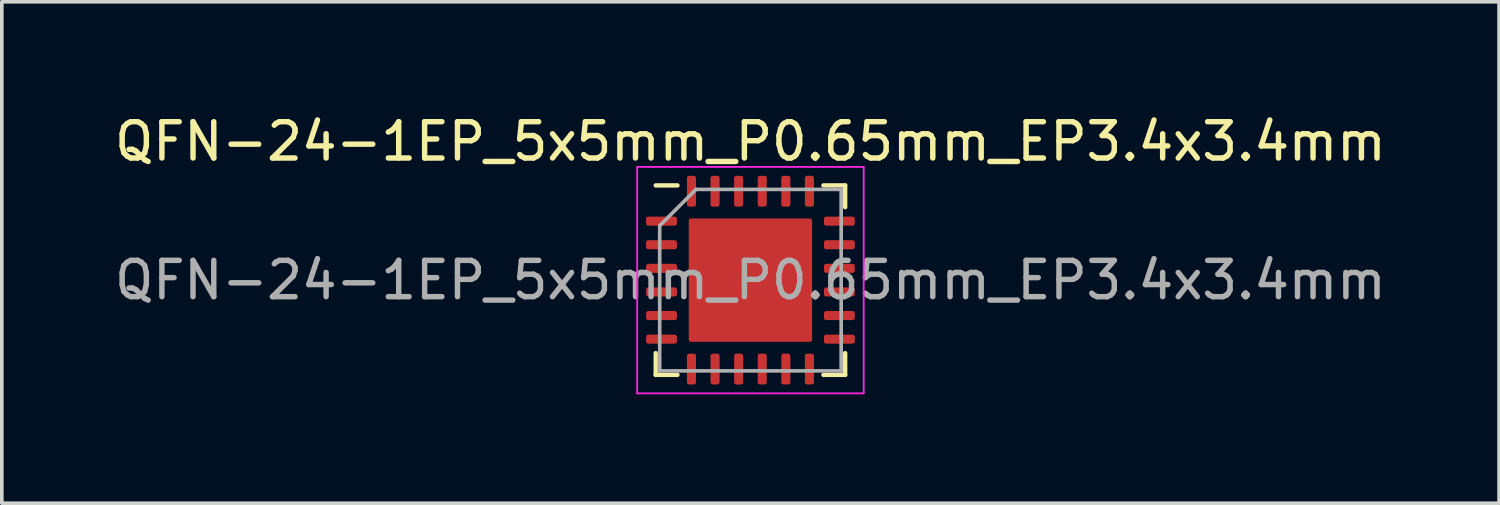
<source format=kicad_pcb>
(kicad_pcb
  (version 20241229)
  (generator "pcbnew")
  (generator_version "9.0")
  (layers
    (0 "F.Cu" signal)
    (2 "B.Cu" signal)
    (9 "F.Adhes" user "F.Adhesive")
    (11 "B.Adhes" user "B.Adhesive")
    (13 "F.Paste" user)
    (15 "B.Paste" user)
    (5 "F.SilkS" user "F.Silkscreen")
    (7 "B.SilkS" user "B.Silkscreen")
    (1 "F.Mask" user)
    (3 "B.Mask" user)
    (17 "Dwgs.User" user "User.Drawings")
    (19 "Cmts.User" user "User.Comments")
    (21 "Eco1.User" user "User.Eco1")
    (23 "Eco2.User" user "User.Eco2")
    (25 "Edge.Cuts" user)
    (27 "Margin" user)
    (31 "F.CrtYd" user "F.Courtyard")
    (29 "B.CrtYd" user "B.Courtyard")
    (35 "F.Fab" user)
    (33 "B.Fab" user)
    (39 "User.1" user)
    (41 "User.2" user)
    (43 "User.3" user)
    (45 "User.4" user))
  (footprint "QFN-24-1EP_5x5mm_P0.65mm_EP3.4x3.4mm"
    (layer "F.Cu")
    (at 17.625 4.668)
    (property "Reference" "QFN-24-1EP_5x5mm_P0.65mm_EP3.4x3.4mm" (at 0 -3.82 0) (layer "F.SilkS") (effects (font (size 1 1) (thickness 0.15))))
    (attr smd)
    (fp_line (start -2.61 2.61) (end -2.61 2.01) (stroke (width 0.12) (type solid)) (layer "F.SilkS"))
    (fp_line (start -2.01 -2.61) (end -2.61 -2.61) (stroke (width 0.12) (type solid)) (layer "F.SilkS"))
    (fp_line (start -2.01 2.61) (end -2.61 2.61) (stroke (width 0.12) (type solid)) (layer "F.SilkS"))
    (fp_line (start 2.01 -2.61) (end 2.61 -2.61) (stroke (width 0.12) (type solid)) (layer "F.SilkS"))
    (fp_line (start 2.01 2.61) (end 2.61 2.61) (stroke (width 0.12) (type solid)) (layer "F.SilkS"))
    (fp_line (start 2.61 -2.61) (end 2.61 -2.01) (stroke (width 0.12) (type solid)) (layer "F.SilkS"))
    (fp_line (start 2.61 2.61) (end 2.61 2.01) (stroke (width 0.12) (type solid)) (layer "F.SilkS"))
    (fp_line (start -3.12 -3.12) (end -3.12 3.12) (stroke (width 0.05) (type solid)) (layer "F.CrtYd"))
    (fp_line (start -3.12 3.12) (end 3.12 3.12) (stroke (width 0.05) (type solid)) (layer "F.CrtYd"))
    (fp_line (start 3.12 -3.12) (end -3.12 -3.12) (stroke (width 0.05) (type solid)) (layer "F.CrtYd"))
    (fp_line (start 3.12 3.12) (end 3.12 -3.12) (stroke (width 0.05) (type solid)) (layer "F.CrtYd"))
    (fp_line (start -2.5 -1.5) (end -1.5 -2.5) (stroke (width 0.1) (type solid)) (layer "F.Fab"))
    (fp_line (start -2.5 2.5) (end -2.5 -1.5) (stroke (width 0.1) (type solid)) (layer "F.Fab"))
    (fp_line (start -1.5 -2.5) (end 2.5 -2.5) (stroke (width 0.1) (type solid)) (layer "F.Fab"))
    (fp_line (start 2.5 -2.5) (end 2.5 2.5) (stroke (width 0.1) (type solid)) (layer "F.Fab"))
    (fp_line (start 2.5 2.5) (end -2.5 2.5) (stroke (width 0.1) (type solid)) (layer "F.Fab"))
    (fp_text user "${REFERENCE}" (at 0 0 0) (layer "F.Fab") (effects (font (size 1 1) (thickness 0.15))))
    (pad "" smd roundrect (at -0.85 -0.85) (size 1.37 1.37) (layers "F.Paste") (roundrect_rratio 0.182))
    (pad "" smd roundrect (at -0.85 0.85) (size 1.37 1.37) (layers "F.Paste") (roundrect_rratio 0.182))
    (pad "" smd roundrect (at 0.85 -0.85) (size 1.37 1.37) (layers "F.Paste") (roundrect_rratio 0.182))
    (pad "" smd roundrect (at 0.85 0.85) (size 1.37 1.37) (layers "F.Paste") (roundrect_rratio 0.182))
    (pad "1" smd roundrect (at -2.45 -1.625) (size 0.85 0.25) (layers "F.Cu" "F.Mask" "F.Paste") (roundrect_rratio 0.25))
    (pad "2" smd roundrect (at -2.45 -0.975) (size 0.85 0.25) (layers "F.Cu" "F.Mask" "F.Paste") (roundrect_rratio 0.25))
    (pad "3" smd roundrect (at -2.45 -0.325) (size 0.85 0.25) (layers "F.Cu" "F.Mask" "F.Paste") (roundrect_rratio 0.25))
    (pad "4" smd roundrect (at -2.45 0.325) (size 0.85 0.25) (layers "F.Cu" "F.Mask" "F.Paste") (roundrect_rratio 0.25))
    (pad "5" smd roundrect (at -2.45 0.975) (size 0.85 0.25) (layers "F.Cu" "F.Mask" "F.Paste") (roundrect_rratio 0.25))
    (pad "6" smd roundrect (at -2.45 1.625) (size 0.85 0.25) (layers "F.Cu" "F.Mask" "F.Paste") (roundrect_rratio 0.25))
    (pad "7" smd roundrect (at -1.625 2.45) (size 0.25 0.85) (layers "F.Cu" "F.Mask" "F.Paste") (roundrect_rratio 0.25))
    (pad "8" smd roundrect (at -0.975 2.45) (size 0.25 0.85) (layers "F.Cu" "F.Mask" "F.Paste") (roundrect_rratio 0.25))
    (pad "9" smd roundrect (at -0.325 2.45) (size 0.25 0.85) (layers "F.Cu" "F.Mask" "F.Paste") (roundrect_rratio 0.25))
    (pad "10" smd roundrect (at 0.325 2.45) (size 0.25 0.85) (layers "F.Cu" "F.Mask" "F.Paste") (roundrect_rratio 0.25))
    (pad "11" smd roundrect (at 0.975 2.45) (size 0.25 0.85) (layers "F.Cu" "F.Mask" "F.Paste") (roundrect_rratio 0.25))
    (pad "12" smd roundrect (at 1.625 2.45) (size 0.25 0.85) (layers "F.Cu" "F.Mask" "F.Paste") (roundrect_rratio 0.25))
    (pad "13" smd roundrect (at 2.45 1.625) (size 0.85 0.25) (layers "F.Cu" "F.Mask" "F.Paste") (roundrect_rratio 0.25))
    (pad "14" smd roundrect (at 2.45 0.975) (size 0.85 0.25) (layers "F.Cu" "F.Mask" "F.Paste") (roundrect_rratio 0.25))
    (pad "15" smd roundrect (at 2.45 0.325) (size 0.85 0.25) (layers "F.Cu" "F.Mask" "F.Paste") (roundrect_rratio 0.25))
    (pad "16" smd roundrect (at 2.45 -0.325) (size 0.85 0.25) (layers "F.Cu" "F.Mask" "F.Paste") (roundrect_rratio 0.25))
    (pad "17" smd roundrect (at 2.45 -0.975) (size 0.85 0.25) (layers "F.Cu" "F.Mask" "F.Paste") (roundrect_rratio 0.25))
    (pad "18" smd roundrect (at 2.45 -1.625) (size 0.85 0.25) (layers "F.Cu" "F.Mask" "F.Paste") (roundrect_rratio 0.25))
    (pad "19" smd roundrect (at 1.625 -2.45) (size 0.25 0.85) (layers "F.Cu" "F.Mask" "F.Paste") (roundrect_rratio 0.25))
    (pad "20" smd roundrect (at 0.975 -2.45) (size 0.25 0.85) (layers "F.Cu" "F.Mask" "F.Paste") (roundrect_rratio 0.25))
    (pad "21" smd roundrect (at 0.325 -2.45) (size 0.25 0.85) (layers "F.Cu" "F.Mask" "F.Paste") (roundrect_rratio 0.25))
    (pad "22" smd roundrect (at -0.325 -2.45) (size 0.25 0.85) (layers "F.Cu" "F.Mask" "F.Paste") (roundrect_rratio 0.25))
    (pad "23" smd roundrect (at -0.975 -2.45) (size 0.25 0.85) (layers "F.Cu" "F.Mask" "F.Paste") (roundrect_rratio 0.25))
    (pad "24" smd roundrect (at -1.625 -2.45) (size 0.25 0.85) (layers "F.Cu" "F.Mask" "F.Paste") (roundrect_rratio 0.25))
    (pad "25" smd roundrect (at 0 0) (size 3.4 3.4) (layers "F.Cu" "F.Mask") (roundrect_rratio 0.018)))
  (gr_rect
    (start -3 -3)
    (end 38.25 10.813)
    (stroke (width 0.1) (type default))
    (fill no)
    (layer "Edge.Cuts")))
</source>
